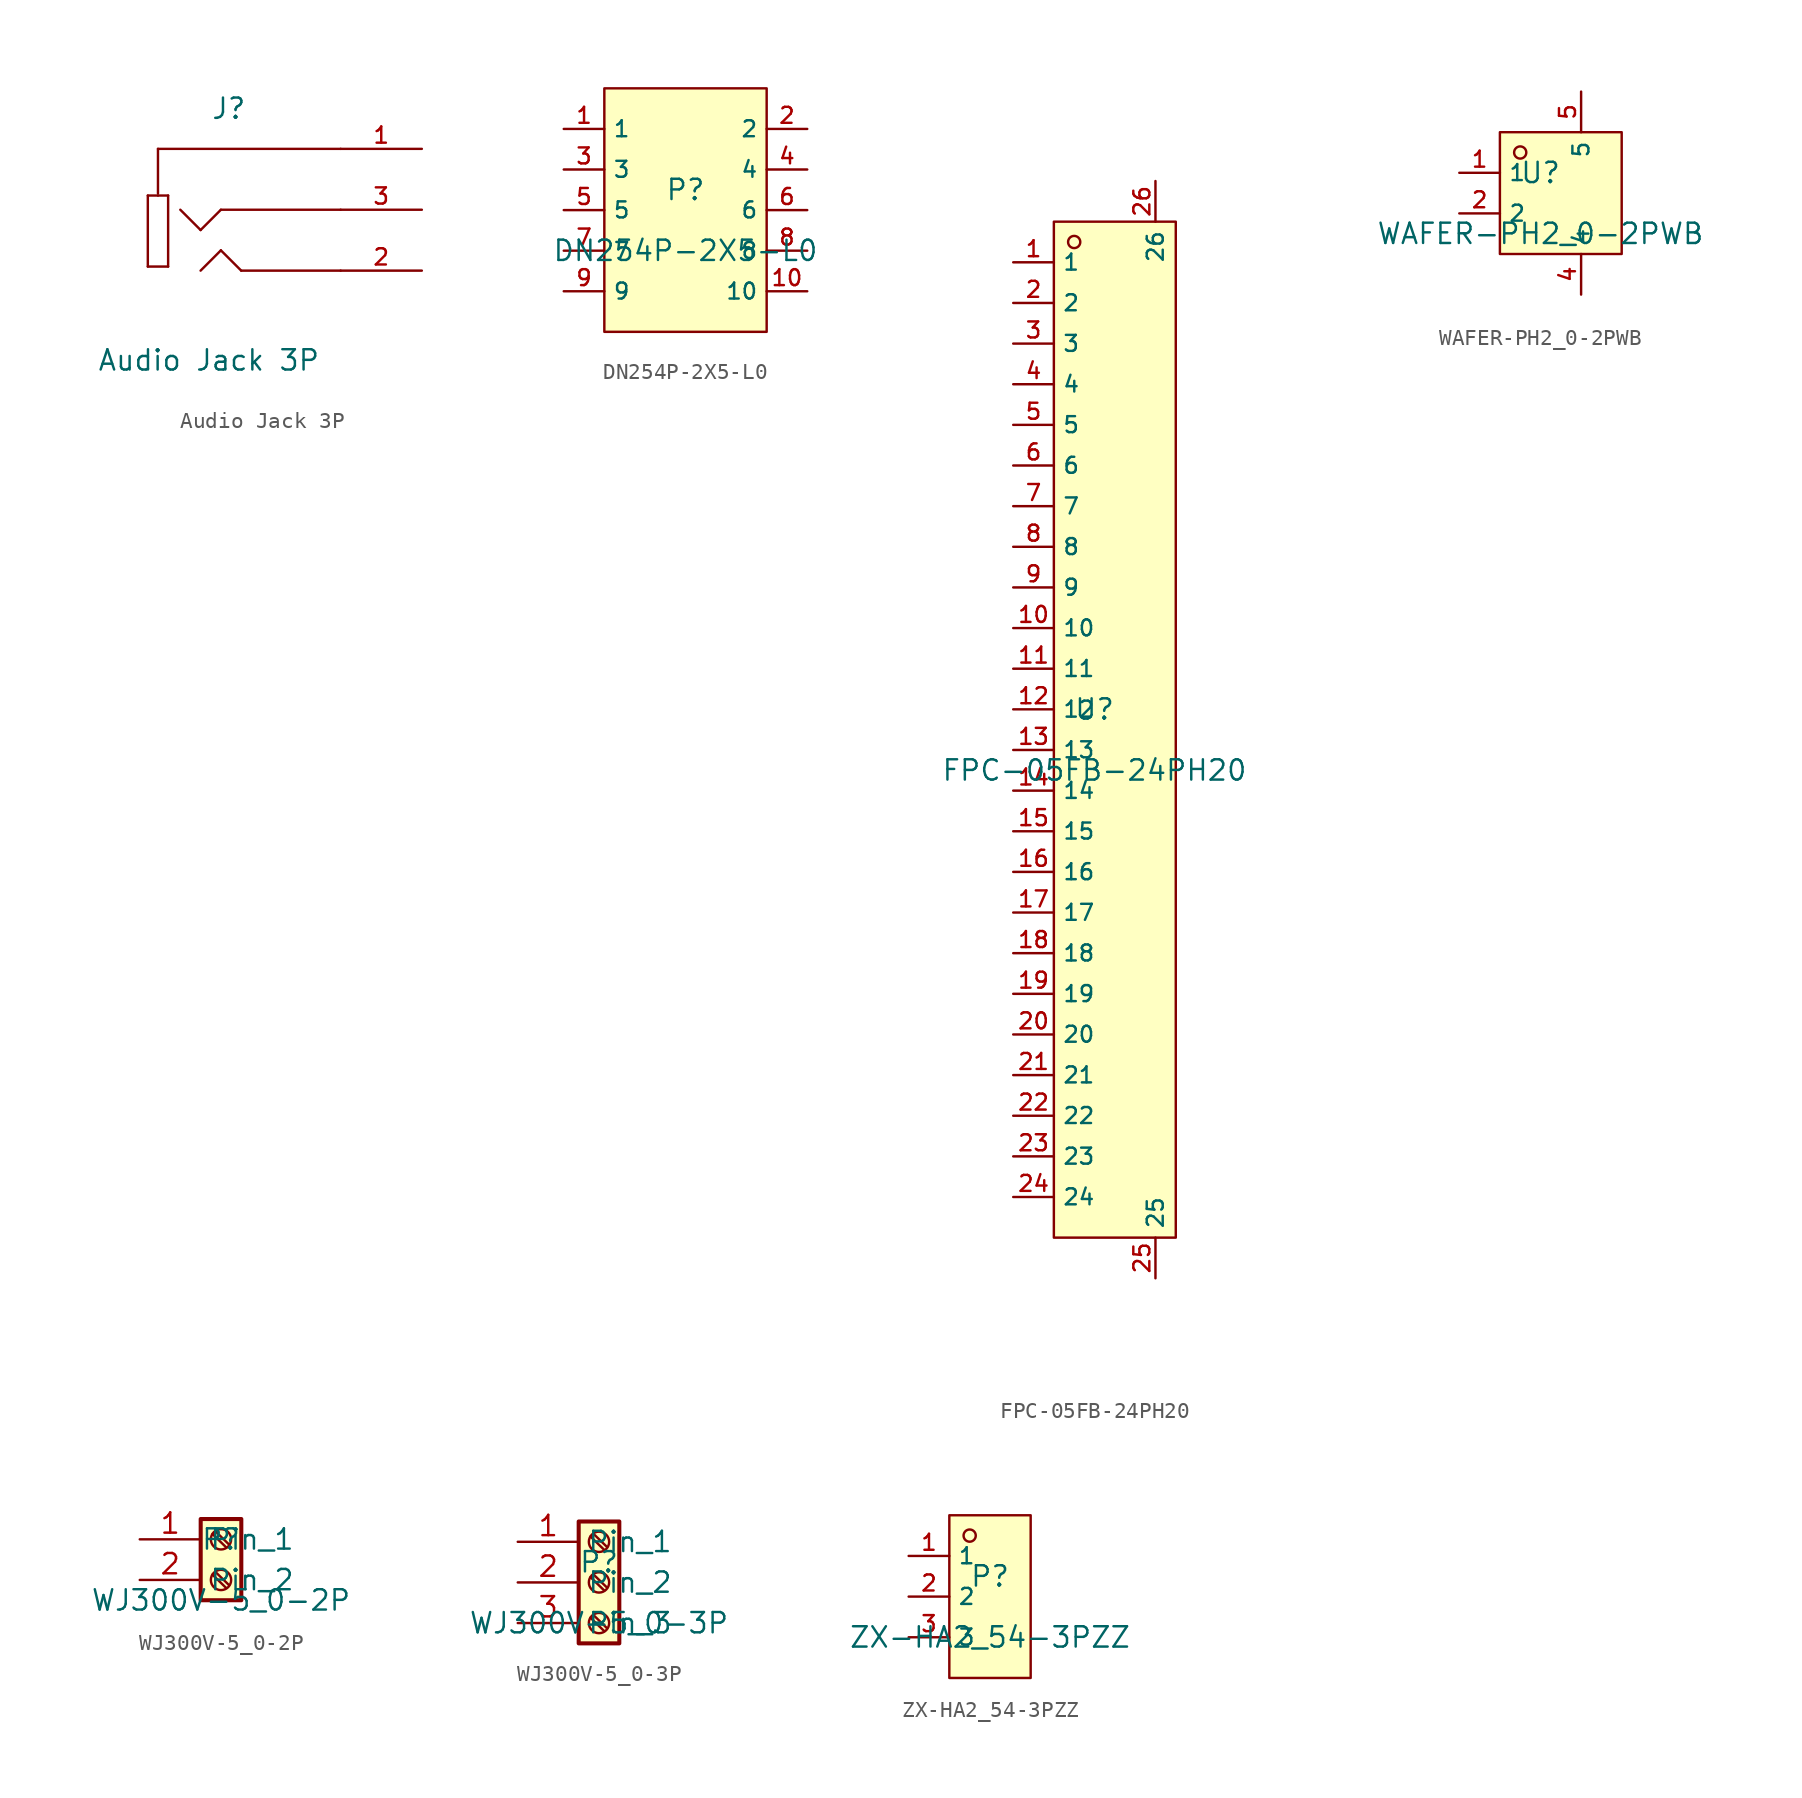
<source format=kicad_sym>
(kicad_symbol_lib
  (version 20231120)
  (generator "kicad_symbol_editor")
  (generator_version "8.0")
  (symbol "Audio Jack 3P"
    (pin_names
      (offset 1.016))
    (property "Reference" "J"
      (at -0.508 5.588 0)
      (effects (font (size 1.27 1.27)) (justify left bottom)))
    (property "Value" "Audio Jack 3P"
      (at -7.62 -10.16 0)
      (effects (font (size 1.27 1.27)) (justify left bottom)))
    (symbol "Audio Jack 3P_0_0"
      (polyline (pts (xy -4.445 -3.556) (xy -4.445 0.889)) (stroke (width 0.152) (type default)) (fill (type none)))
      (polyline (pts (xy -4.445 0.889) (xy -3.81 0.889)) (stroke (width 0.152) (type default)) (fill (type none)))
      (polyline (pts (xy -3.81 0.889) (xy -3.175 0.889)) (stroke (width 0.152) (type default)) (fill (type none)))
      (polyline (pts (xy -3.81 3.81) (xy -3.81 1.016)) (stroke (width 0.152) (type default)) (fill (type none)))
      (polyline (pts (xy -3.175 -3.556) (xy -4.445 -3.556)) (stroke (width 0.152) (type default)) (fill (type none)))
      (polyline (pts (xy -3.175 0.889) (xy -3.175 -3.556)) (stroke (width 0.152) (type default)) (fill (type none)))
      (polyline (pts (xy -1.143 -1.27) (xy -2.413 0)) (stroke (width 0.152) (type default)) (fill (type none)))
      (polyline (pts (xy 0.127 -2.54) (xy -1.143 -3.81)) (stroke (width 0.152) (type default)) (fill (type none)))
      (polyline (pts (xy 0.127 0) (xy -1.143 -1.27)) (stroke (width 0.152) (type default)) (fill (type none)))
      (polyline (pts (xy 1.397 -3.81) (xy 0.127 -2.54)) (stroke (width 0.152) (type default)) (fill (type none)))
      (polyline (pts (xy 7.62 -3.81) (xy 1.397 -3.81)) (stroke (width 0.152) (type default)) (fill (type none)))
      (polyline (pts (xy 7.62 0) (xy 0.127 0)) (stroke (width 0.152) (type default)) (fill (type none)))
      (polyline (pts (xy 7.62 3.81) (xy -3.81 3.81)) (stroke (width 0.152) (type default)) (fill (type none)))
      (pin passive line (at 12.7 3.81 180) (length 5.08) (name "~" (effects (font (size 1.016 1.016)))) (number "1" (effects (font (size 1.016 1.016)))))
      (pin passive line (at 12.7 -3.81 180) (length 5.08) (name "~" (effects (font (size 1.016 1.016)))) (number "2" (effects (font (size 1.016 1.016)))))
      (pin passive line (at 12.7 0 180) (length 5.08) (name "~" (effects (font (size 1.016 1.016)))) (number "3" (effects (font (size 1.016 1.016)))))))
  (symbol "DN254P-2X5-L0"
    (property "Reference" "P"
      (at 0 1.27 0)
      (effects (font (size 1.27 1.27))))
    (property "Value" "DN254P-2X5-L0"
      (at 0 -2.54 0)
      (effects (font (size 1.27 1.27))))
    (symbol "DN254P-2X5-L0_0_1"
      (rectangle (start -5.08 7.62) (end 5.08 -7.62) (stroke (width 0) (type default) (color 0 0 0 0)) (fill (type background)))
      (pin unspecified line (at 7.62 -5.08 180) (length 2.54) (name "10" (effects (font (size 1 1)))) (number "10" (effects (font (size 1 1)))))
      (pin unspecified line (at -7.62 -5.08 0) (length 2.54) (name "9" (effects (font (size 1 1)))) (number "9" (effects (font (size 1 1)))))
      (pin unspecified line (at 7.62 -2.54 180) (length 2.54) (name "8" (effects (font (size 1 1)))) (number "8" (effects (font (size 1 1)))))
      (pin unspecified line (at -7.62 -2.54 0) (length 2.54) (name "7" (effects (font (size 1 1)))) (number "7" (effects (font (size 1 1)))))
      (pin unspecified line (at 7.62 -0.0 180) (length 2.54) (name "6" (effects (font (size 1 1)))) (number "6" (effects (font (size 1 1)))))
      (pin unspecified line (at -7.62 -0.0 0) (length 2.54) (name "5" (effects (font (size 1 1)))) (number "5" (effects (font (size 1 1)))))
      (pin unspecified line (at 7.62 2.54 180) (length 2.54) (name "4" (effects (font (size 1 1)))) (number "4" (effects (font (size 1 1)))))
      (pin unspecified line (at -7.62 2.54 0) (length 2.54) (name "3" (effects (font (size 1 1)))) (number "3" (effects (font (size 1 1)))))
      (pin unspecified line (at 7.62 5.08 180) (length 2.54) (name "2" (effects (font (size 1 1)))) (number "2" (effects (font (size 1 1)))))
      (pin unspecified line (at -7.62 5.08 0) (length 2.54) (name "1" (effects (font (size 1 1)))) (number "1" (effects (font (size 1 1)))))))
  (symbol "FPC-05FB-24PH20"
    (property "Reference" "U"
      (at 0 1.27 0)
      (effects (font (size 1.27 1.27))))
    (property "Value" "FPC-05FB-24PH20"
      (at 0 -2.54 0)
      (effects (font (size 1.27 1.27))))
    (symbol "FPC-05FB-24PH20_0_1"
      (rectangle (start -2.54 31.75) (end 5.08 -31.75) (stroke (width 0) (type default)) (fill (type background)))
      (circle (center -1.27 30.48) (radius 0.381) (stroke (width 0) (type default)) (fill (type background)))
      (pin unspecified line (at -5.08 29.21 0) (length 2.54) (name "1" (effects (font (size 1 1)))) (number "1" (effects (font (size 1 1)))))
      (pin unspecified line (at -5.08 6.35 0) (length 2.54) (name "10" (effects (font (size 1 1)))) (number "10" (effects (font (size 1 1)))))
      (pin unspecified line (at -5.08 3.81 0) (length 2.54) (name "11" (effects (font (size 1 1)))) (number "11" (effects (font (size 1 1)))))
      (pin unspecified line (at -5.08 1.27 0) (length 2.54) (name "12" (effects (font (size 1 1)))) (number "12" (effects (font (size 1 1)))))
      (pin unspecified line (at -5.08 -1.27 0) (length 2.54) (name "13" (effects (font (size 1 1)))) (number "13" (effects (font (size 1 1)))))
      (pin unspecified line (at -5.08 -3.81 0) (length 2.54) (name "14" (effects (font (size 1 1)))) (number "14" (effects (font (size 1 1)))))
      (pin unspecified line (at -5.08 -6.35 0) (length 2.54) (name "15" (effects (font (size 1 1)))) (number "15" (effects (font (size 1 1)))))
      (pin unspecified line (at -5.08 -8.89 0) (length 2.54) (name "16" (effects (font (size 1 1)))) (number "16" (effects (font (size 1 1)))))
      (pin unspecified line (at -5.08 -11.43 0) (length 2.54) (name "17" (effects (font (size 1 1)))) (number "17" (effects (font (size 1 1)))))
      (pin unspecified line (at -5.08 -13.97 0) (length 2.54) (name "18" (effects (font (size 1 1)))) (number "18" (effects (font (size 1 1)))))
      (pin unspecified line (at -5.08 -16.51 0) (length 2.54) (name "19" (effects (font (size 1 1)))) (number "19" (effects (font (size 1 1)))))
      (pin unspecified line (at -5.08 26.67 0) (length 2.54) (name "2" (effects (font (size 1 1)))) (number "2" (effects (font (size 1 1)))))
      (pin unspecified line (at -5.08 -19.05 0) (length 2.54) (name "20" (effects (font (size 1 1)))) (number "20" (effects (font (size 1 1)))))
      (pin unspecified line (at -5.08 -21.59 0) (length 2.54) (name "21" (effects (font (size 1 1)))) (number "21" (effects (font (size 1 1)))))
      (pin unspecified line (at -5.08 -24.13 0) (length 2.54) (name "22" (effects (font (size 1 1)))) (number "22" (effects (font (size 1 1)))))
      (pin unspecified line (at -5.08 -26.67 0) (length 2.54) (name "23" (effects (font (size 1 1)))) (number "23" (effects (font (size 1 1)))))
      (pin unspecified line (at -5.08 -29.21 0) (length 2.54) (name "24" (effects (font (size 1 1)))) (number "24" (effects (font (size 1 1)))))
      (pin unspecified line (at 3.81 -34.29 90) (length 2.54) (name "25" (effects (font (size 1 1)))) (number "25" (effects (font (size 1 1)))))
      (pin unspecified line (at 3.81 34.29 270) (length 2.54) (name "26" (effects (font (size 1 1)))) (number "26" (effects (font (size 1 1)))))
      (pin unspecified line (at -5.08 24.13 0) (length 2.54) (name "3" (effects (font (size 1 1)))) (number "3" (effects (font (size 1 1)))))
      (pin unspecified line (at -5.08 21.59 0) (length 2.54) (name "4" (effects (font (size 1 1)))) (number "4" (effects (font (size 1 1)))))
      (pin unspecified line (at -5.08 19.05 0) (length 2.54) (name "5" (effects (font (size 1 1)))) (number "5" (effects (font (size 1 1)))))
      (pin unspecified line (at -5.08 16.51 0) (length 2.54) (name "6" (effects (font (size 1 1)))) (number "6" (effects (font (size 1 1)))))
      (pin unspecified line (at -5.08 13.97 0) (length 2.54) (name "7" (effects (font (size 1 1)))) (number "7" (effects (font (size 1 1)))))
      (pin unspecified line (at -5.08 11.43 0) (length 2.54) (name "8" (effects (font (size 1 1)))) (number "8" (effects (font (size 1 1)))))
      (pin unspecified line (at -5.08 8.89 0) (length 2.54) (name "9" (effects (font (size 1 1)))) (number "9" (effects (font (size 1 1)))))))
  (symbol "WAFER-PH2_0-2PWB"
    (property "Reference" "U"
      (at 0 1.27 0)
      (effects (font (size 1.27 1.27))))
    (property "Value" "WAFER-PH2_0-2PWB"
      (at 0 -2.54 0)
      (effects (font (size 1.27 1.27))))
    (symbol "WAFER-PH2_0-2PWB_0_1"
      (rectangle (start -2.54 3.81) (end 5.08 -3.81) (stroke (width 0) (type default)) (fill (type background)))
      (circle (center -1.27 2.54) (radius 0.381) (stroke (width 0) (type default)) (fill (type background)))
      (pin unspecified line (at -5.08 1.27 0) (length 2.54) (name "1" (effects (font (size 1 1)))) (number "1" (effects (font (size 1 1)))))
      (pin unspecified line (at -5.08 -1.27 0) (length 2.54) (name "2" (effects (font (size 1 1)))) (number "2" (effects (font (size 1 1)))))
      (pin unspecified line (at 2.54 -6.35 90) (length 2.54) (name "4" (effects (font (size 1 1)))) (number "4" (effects (font (size 1 1)))))
      (pin unspecified line (at 2.54 6.35 270) (length 2.54) (name "5" (effects (font (size 1 1)))) (number "5" (effects (font (size 1 1)))))))
  (symbol "WJ300V-5_0-2P"
    (property "Reference" "P"
      (at 0 1.27 0)
      (effects (font (size 1.27 1.27))))
    (property "Value" "WJ300V-5_0-2P"
      (at 0 -2.54 0)
      (effects (font (size 1.27 1.27))))
    (symbol "WJ300V-5_0-2P_1_1"
      (rectangle (start -1.27 2.54) (end 1.27 -2.54) (stroke (width 0.254) (type default)) (fill (type background)))
      (circle (center 0 -1.27) (radius 0.635) (stroke (width 0.152) (type default)) (fill (type none)))
      (polyline (pts (xy -0.533 -0.94) (xy 0.33 -1.778)) (stroke (width 0.152) (type default)) (fill (type none)))
      (polyline (pts (xy -0.533 1.6) (xy 0.33 0.762)) (stroke (width 0.152) (type default)) (fill (type none)))
      (polyline (pts (xy -0.356 -0.762) (xy 0.508 -1.6)) (stroke (width 0.152) (type default)) (fill (type none)))
      (polyline (pts (xy -0.356 1.778) (xy 0.508 0.94)) (stroke (width 0.152) (type default)) (fill (type none)))
      (circle (center 0 1.27) (radius 0.635) (stroke (width 0.152) (type default)) (fill (type none)))
      (pin passive line (at -5.08 1.27 0) (length 3.81) (name "Pin_1" (effects (font (size 1.27 1.27)))) (number "1" (effects (font (size 1.27 1.27)))))
      (pin passive line (at -5.08 -1.27 0) (length 3.81) (name "Pin_2" (effects (font (size 1.27 1.27)))) (number "2" (effects (font (size 1.27 1.27)))))))
  (symbol "WJ300V-5_0-3P"
    (property "Reference" "P"
      (at 0 1.27 0)
      (effects (font (size 1.27 1.27))))
    (property "Value" "WJ300V-5_0-3P"
      (at 0 -2.54 0)
      (effects (font (size 1.27 1.27))))
    (symbol "WJ300V-5_0-3P_1_1"
      (rectangle (start -1.27 3.81) (end 1.27 -3.81) (stroke (width 0.254) (type default)) (fill (type background)))
      (circle (center 0 -2.54) (radius 0.635) (stroke (width 0.152) (type default)) (fill (type none)))
      (polyline (pts (xy -0.533 -2.21) (xy 0.33 -3.048)) (stroke (width 0.152) (type default)) (fill (type none)))
      (polyline (pts (xy -0.533 0.33) (xy 0.33 -0.508)) (stroke (width 0.152) (type default)) (fill (type none)))
      (polyline (pts (xy -0.533 2.87) (xy 0.33 2.032)) (stroke (width 0.152) (type default)) (fill (type none)))
      (polyline (pts (xy -0.356 -2.032) (xy 0.508 -2.87)) (stroke (width 0.152) (type default)) (fill (type none)))
      (polyline (pts (xy -0.356 0.508) (xy 0.508 -0.33)) (stroke (width 0.152) (type default)) (fill (type none)))
      (polyline (pts (xy -0.356 3.048) (xy 0.508 2.21)) (stroke (width 0.152) (type default)) (fill (type none)))
      (circle (center 0 0) (radius 0.635) (stroke (width 0.152) (type default)) (fill (type none)))
      (circle (center 0 2.54) (radius 0.635) (stroke (width 0.152) (type default)) (fill (type none)))
      (pin passive line (at -5.08 2.54 0) (length 3.81) (name "Pin_1" (effects (font (size 1.27 1.27)))) (number "1" (effects (font (size 1.27 1.27)))))
      (pin passive line (at -5.08 0 0) (length 3.81) (name "Pin_2" (effects (font (size 1.27 1.27)))) (number "2" (effects (font (size 1.27 1.27)))))
      (pin passive line (at -5.08 -2.54 0) (length 3.81) (name "Pin_3" (effects (font (size 1.27 1.27)))) (number "3" (effects (font (size 1.27 1.27)))))))
  (symbol "ZX-HA2_54-3PZZ"
    (property "Reference" "P"
      (at 0 1.27 0)
      (effects (font (size 1.27 1.27))))
    (property "Value" "ZX-HA2_54-3PZZ"
      (at 0 -2.54 0)
      (effects (font (size 1.27 1.27))))
    (symbol "ZX-HA2_54-3PZZ_0_1"
      (rectangle (start -2.54 5.08) (end 2.54 -5.08) (stroke (width 0) (type default) (color 0 0 0 0)) (fill (type background)))
      (circle (center -1.27 3.81) (radius 0.381) (stroke (width 0) (type default) (color 0 0 0 0)) (fill (type background)))
      (pin unspecified line (at -5.08 2.54 0) (length 2.54) (name "1" (effects (font (size 1 1)))) (number "1" (effects (font (size 1 1)))))
      (pin unspecified line (at -5.08 -0.0 0) (length 2.54) (name "2" (effects (font (size 1 1)))) (number "2" (effects (font (size 1 1)))))
      (pin unspecified line (at -5.08 -2.54 0) (length 2.54) (name "3" (effects (font (size 1 1)))) (number "3" (effects (font (size 1 1))))))))
</source>
